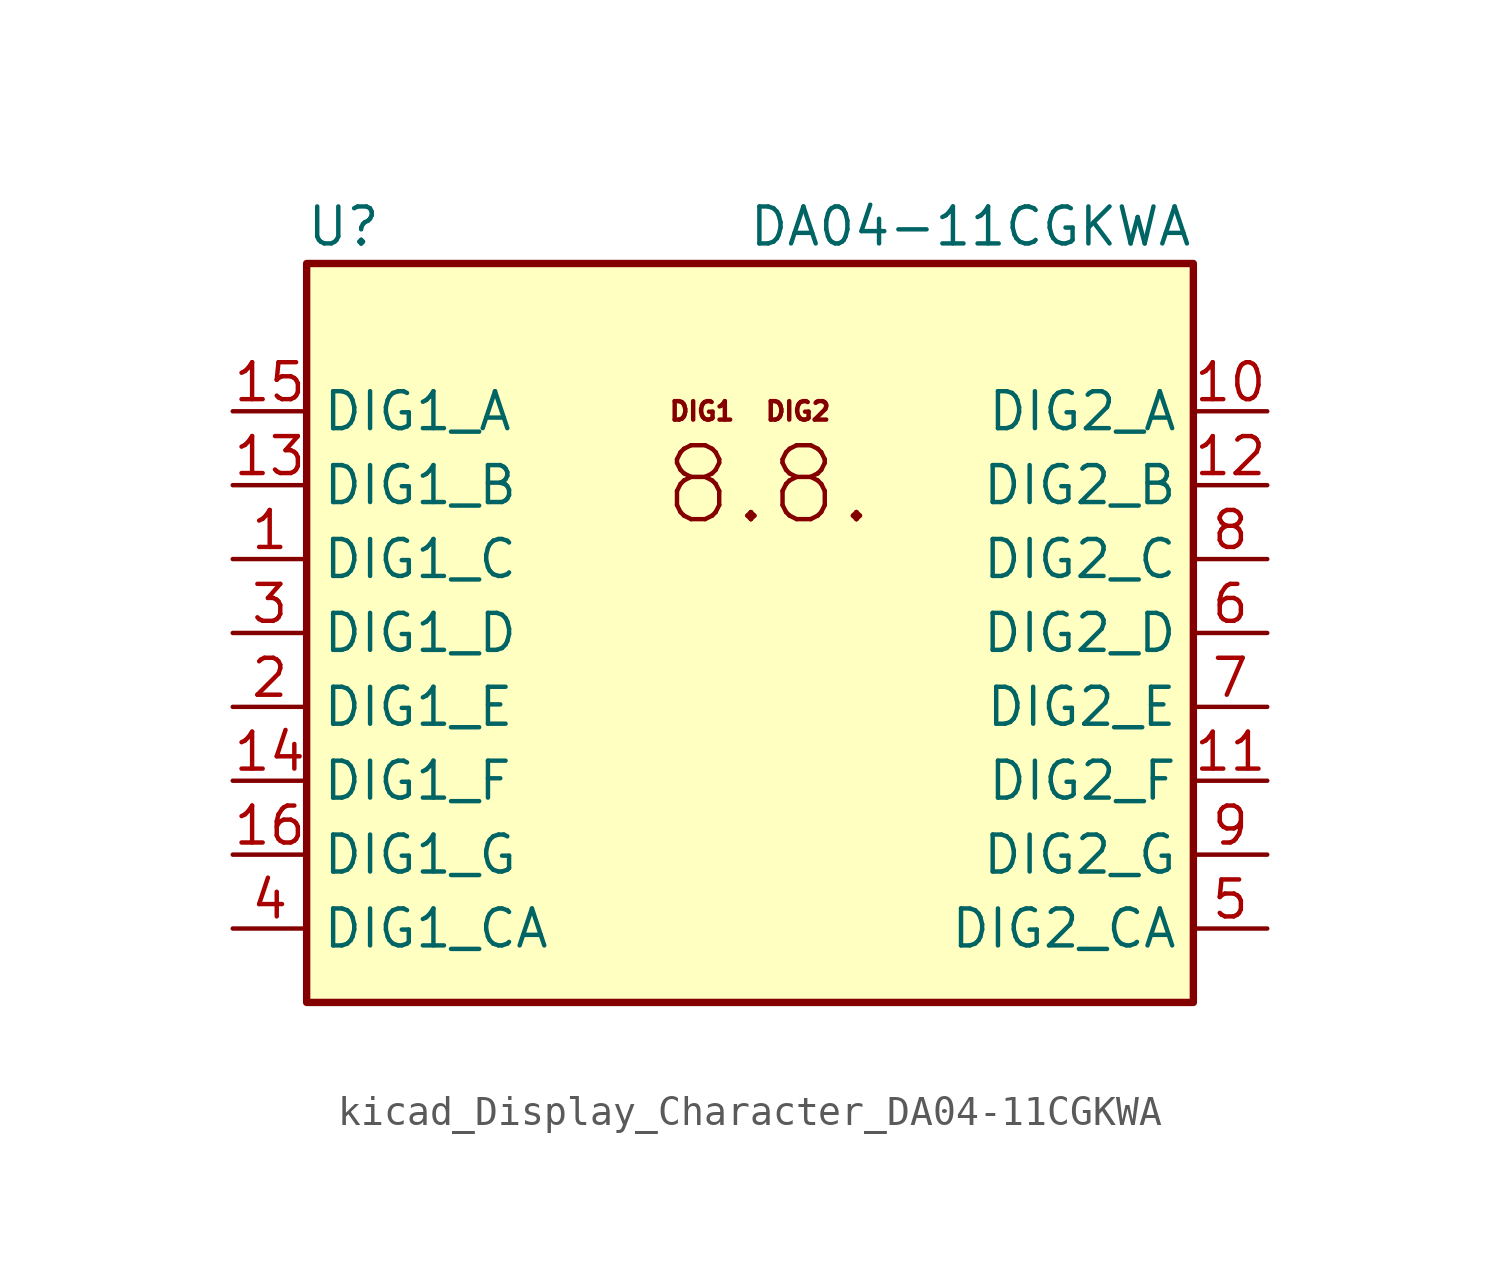
<source format=kicad_sym>
(kicad_symbol_lib
  (version 20220914)
  (generator kicad_symbol_editor)
  (symbol "kicad_Display_Character_DA04-11CGKWA"
    (property "Reference" "U"
      (at -13.97 13.97 0)
      (effects (font (size 1.27 1.27))))
    (property "Value" "DA04-11CGKWA"
      (at 15.24 13.97 0)
      (effects (font (size 1.27 1.27)) (justify right)))
    (symbol "kicad_Display_Character_DA04-11CGKWA_0_0"
      (text "8.8." (at 0.635 5.08 0) (effects (font (size 2.54 2.54))))
      (text "DIG1" (at -1.651 7.62 0) (effects (font (size 0.635 0.635))))
      (text "DIG2" (at 1.651 7.62 0) (effects (font (size 0.635 0.635)))))
    (symbol "kicad_Display_Character_DA04-11CGKWA_0_1"
      (rectangle (start -15.24 12.7) (end 15.24 -12.7) (stroke (width 0.254) (type default)) (fill (type background))))
    (symbol "kicad_Display_Character_DA04-11CGKWA_1_1"
      (pin input line (at -17.78 2.54 0) (length 2.54) (name "DIG1_C" (effects (font (size 1.27 1.27)))) (number "1" (effects (font (size 1.27 1.27)))))
      (pin input line (at 17.78 7.62 180) (length 2.54) (name "DIG2_A" (effects (font (size 1.27 1.27)))) (number "10" (effects (font (size 1.27 1.27)))))
      (pin input line (at 17.78 -5.08 180) (length 2.54) (name "DIG2_F" (effects (font (size 1.27 1.27)))) (number "11" (effects (font (size 1.27 1.27)))))
      (pin input line (at 17.78 5.08 180) (length 2.54) (name "DIG2_B" (effects (font (size 1.27 1.27)))) (number "12" (effects (font (size 1.27 1.27)))))
      (pin input line (at -17.78 5.08 0) (length 2.54) (name "DIG1_B" (effects (font (size 1.27 1.27)))) (number "13" (effects (font (size 1.27 1.27)))))
      (pin input line (at -17.78 -5.08 0) (length 2.54) (name "DIG1_F" (effects (font (size 1.27 1.27)))) (number "14" (effects (font (size 1.27 1.27)))))
      (pin input line (at -17.78 7.62 0) (length 2.54) (name "DIG1_A" (effects (font (size 1.27 1.27)))) (number "15" (effects (font (size 1.27 1.27)))))
      (pin input line (at -17.78 -7.62 0) (length 2.54) (name "DIG1_G" (effects (font (size 1.27 1.27)))) (number "16" (effects (font (size 1.27 1.27)))))
      (pin input line (at -17.78 -2.54 0) (length 2.54) (name "DIG1_E" (effects (font (size 1.27 1.27)))) (number "2" (effects (font (size 1.27 1.27)))))
      (pin input line (at -17.78 0 0) (length 2.54) (name "DIG1_D" (effects (font (size 1.27 1.27)))) (number "3" (effects (font (size 1.27 1.27)))))
      (pin input line (at -17.78 -10.16 0) (length 2.54) (name "DIG1_CA" (effects (font (size 1.27 1.27)))) (number "4" (effects (font (size 1.27 1.27)))))
      (pin input line (at 17.78 -10.16 180) (length 2.54) (name "DIG2_CA" (effects (font (size 1.27 1.27)))) (number "5" (effects (font (size 1.27 1.27)))))
      (pin input line (at 17.78 0 180) (length 2.54) (name "DIG2_D" (effects (font (size 1.27 1.27)))) (number "6" (effects (font (size 1.27 1.27)))))
      (pin input line (at 17.78 -2.54 180) (length 2.54) (name "DIG2_E" (effects (font (size 1.27 1.27)))) (number "7" (effects (font (size 1.27 1.27)))))
      (pin input line (at 17.78 2.54 180) (length 2.54) (name "DIG2_C" (effects (font (size 1.27 1.27)))) (number "8" (effects (font (size 1.27 1.27)))))
      (pin input line (at 17.78 -7.62 180) (length 2.54) (name "DIG2_G" (effects (font (size 1.27 1.27)))) (number "9" (effects (font (size 1.27 1.27))))))))
</source>
